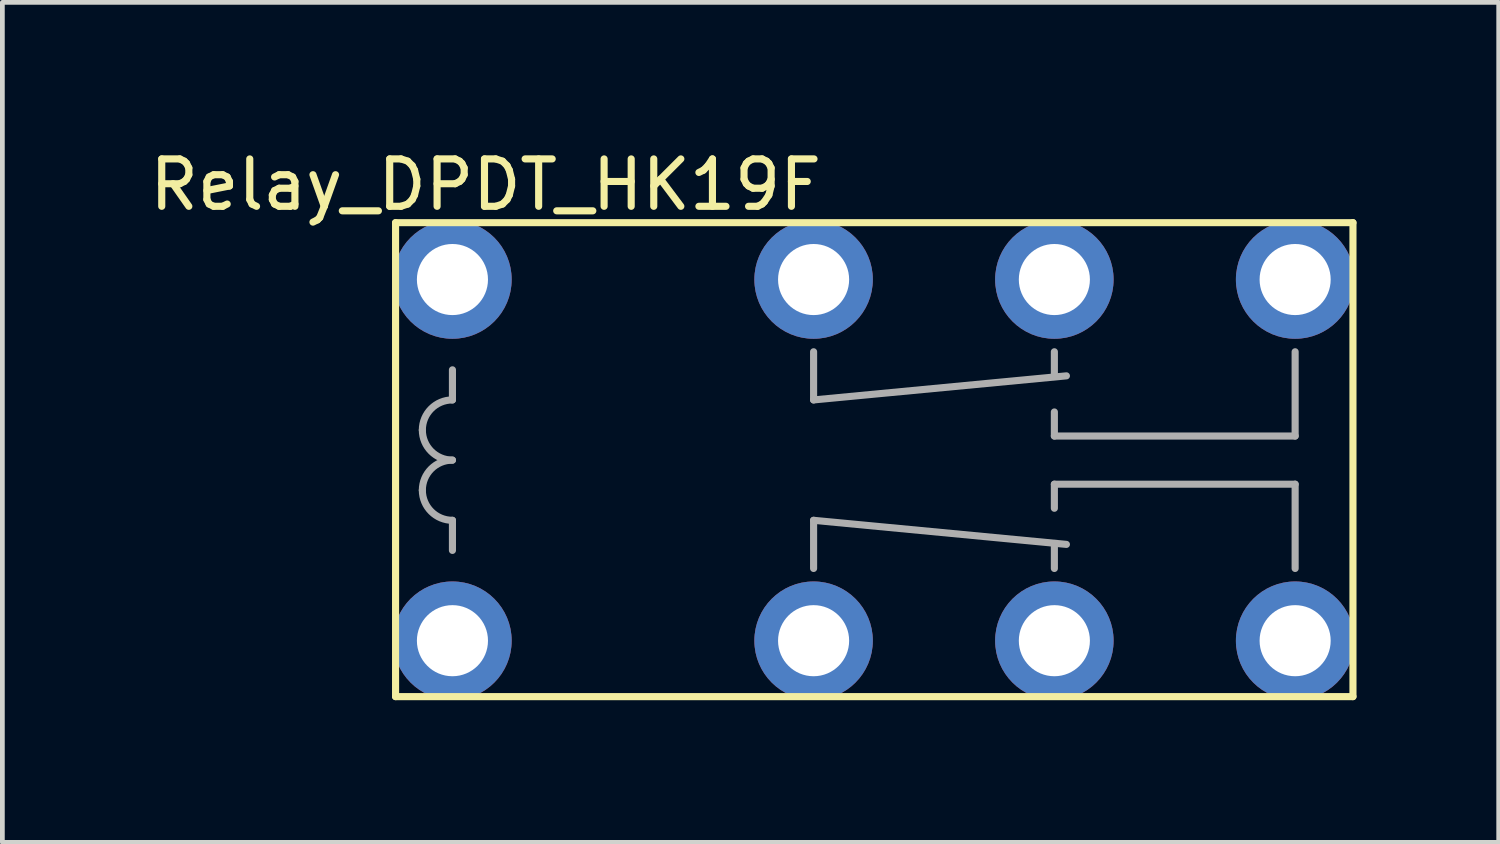
<source format=kicad_pcb>
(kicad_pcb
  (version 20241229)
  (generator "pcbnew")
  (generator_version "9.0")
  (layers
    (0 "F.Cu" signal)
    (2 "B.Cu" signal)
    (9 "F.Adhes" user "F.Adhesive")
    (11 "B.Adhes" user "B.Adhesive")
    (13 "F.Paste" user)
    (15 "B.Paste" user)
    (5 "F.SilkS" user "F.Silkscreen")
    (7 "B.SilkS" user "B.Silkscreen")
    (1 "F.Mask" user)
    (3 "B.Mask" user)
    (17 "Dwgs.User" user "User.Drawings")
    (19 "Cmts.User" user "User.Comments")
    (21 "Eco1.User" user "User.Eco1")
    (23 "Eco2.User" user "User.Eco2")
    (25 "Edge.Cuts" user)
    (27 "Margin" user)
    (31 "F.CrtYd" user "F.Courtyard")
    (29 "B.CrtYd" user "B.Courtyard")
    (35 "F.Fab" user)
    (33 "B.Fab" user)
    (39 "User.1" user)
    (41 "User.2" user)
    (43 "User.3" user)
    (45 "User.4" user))
  (footprint "Relay_DPDT_HK19F"
    (layer "F.Cu")
    (at 6.496 2.848)
    (property "Reference" "Relay_DPDT_HK19F" (at 0.7 -2 0) (layer "F.SilkS") (effects (font (size 1 1) (thickness 0.15))))
    (attr through_hole)
    (fp_line (start -1.2 -1.2) (end -1.2 8.8) (stroke (width 0.15) (type solid)) (layer "F.SilkS"))
    (fp_line (start -1.2 8.8) (end 19 8.8) (stroke (width 0.15) (type solid)) (layer "F.SilkS"))
    (fp_line (start 19 -1.2) (end -1.2 -1.2) (stroke (width 0.15) (type solid)) (layer "F.SilkS"))
    (fp_line (start 19 8.8) (end 19 -1.2) (stroke (width 0.15) (type solid)) (layer "F.SilkS"))
    (fp_line (start 0 1.905) (end 0 2.54) (stroke (width 0.15) (type solid)) (layer "F.Fab"))
    (fp_line (start 0 5.08) (end 0 5.715) (stroke (width 0.15) (type solid)) (layer "F.Fab"))
    (fp_line (start 7.62 1.524) (end 7.62 2.54) (stroke (width 0.15) (type solid)) (layer "F.Fab"))
    (fp_line (start 7.62 2.54) (end 12.954 2.032) (stroke (width 0.15) (type solid)) (layer "F.Fab"))
    (fp_line (start 7.62 5.08) (end 12.954 5.588) (stroke (width 0.15) (type solid)) (layer "F.Fab"))
    (fp_line (start 7.62 6.096) (end 7.62 5.08) (stroke (width 0.15) (type solid)) (layer "F.Fab"))
    (fp_line (start 12.7 1.524) (end 12.7 2.032) (stroke (width 0.15) (type solid)) (layer "F.Fab"))
    (fp_line (start 12.7 3.302) (end 12.7 2.794) (stroke (width 0.15) (type solid)) (layer "F.Fab"))
    (fp_line (start 12.7 3.302) (end 17.78 3.302) (stroke (width 0.15) (type solid)) (layer "F.Fab"))
    (fp_line (start 12.7 4.318) (end 12.7 4.826) (stroke (width 0.15) (type solid)) (layer "F.Fab"))
    (fp_line (start 12.7 4.318) (end 17.78 4.318) (stroke (width 0.15) (type solid)) (layer "F.Fab"))
    (fp_line (start 12.7 6.096) (end 12.7 5.588) (stroke (width 0.15) (type solid)) (layer "F.Fab"))
    (fp_line (start 17.78 1.524) (end 17.78 3.302) (stroke (width 0.15) (type solid)) (layer "F.Fab"))
    (fp_line (start 17.78 4.318) (end 17.78 6.096) (stroke (width 0.15) (type solid)) (layer "F.Fab"))
    (fp_arc (start -0.635 3.175) (mid -0.449013 2.725987) (end 0 2.54) (stroke (width 0.15) (type solid)) (layer "F.Fab"))
    (fp_arc (start -0.635 4.445) (mid -0.449013 3.995987) (end 0 3.81) (stroke (width 0.15) (type solid)) (layer "F.Fab"))
    (fp_arc (start 0 3.81) (mid -0.449013 3.624013) (end -0.635 3.175) (stroke (width 0.15) (type solid)) (layer "F.Fab"))
    (fp_arc (start 0 5.08) (mid -0.449013 4.894013) (end -0.635 4.445) (stroke (width 0.15) (type solid)) (layer "F.Fab"))
    (pad "1" thru_hole circle (at 0 0) (size 2.5 2.5) (drill 1.5) (layers "*.Cu" "*.Mask"))
    (pad "4" thru_hole circle (at 7.62 0) (size 2.5 2.5) (drill 1.5) (layers "*.Cu" "*.Mask"))
    (pad "6" thru_hole circle (at 12.7 0) (size 2.5 2.5) (drill 1.5) (layers "*.Cu" "*.Mask"))
    (pad "8" thru_hole circle (at 17.78 0) (size 2.5 2.5) (drill 1.5) (layers "*.Cu" "*.Mask"))
    (pad "9" thru_hole circle (at 17.78 7.62) (size 2.5 2.5) (drill 1.5) (layers "*.Cu" "*.Mask"))
    (pad "11" thru_hole circle (at 12.7 7.62) (size 2.5 2.5) (drill 1.5) (layers "*.Cu" "*.Mask"))
    (pad "13" thru_hole circle (at 7.62 7.62) (size 2.5 2.5) (drill 1.5) (layers "*.Cu" "*.Mask"))
    (pad "16" thru_hole circle (at 0 7.62) (size 2.5 2.5) (drill 1.5) (layers "*.Cu" "*.Mask")))
  (gr_rect
    (start -3 -3)
    (end 28.571 14.723)
    (stroke (width 0.1) (type default))
    (fill no)
    (layer "Edge.Cuts")))
</source>
